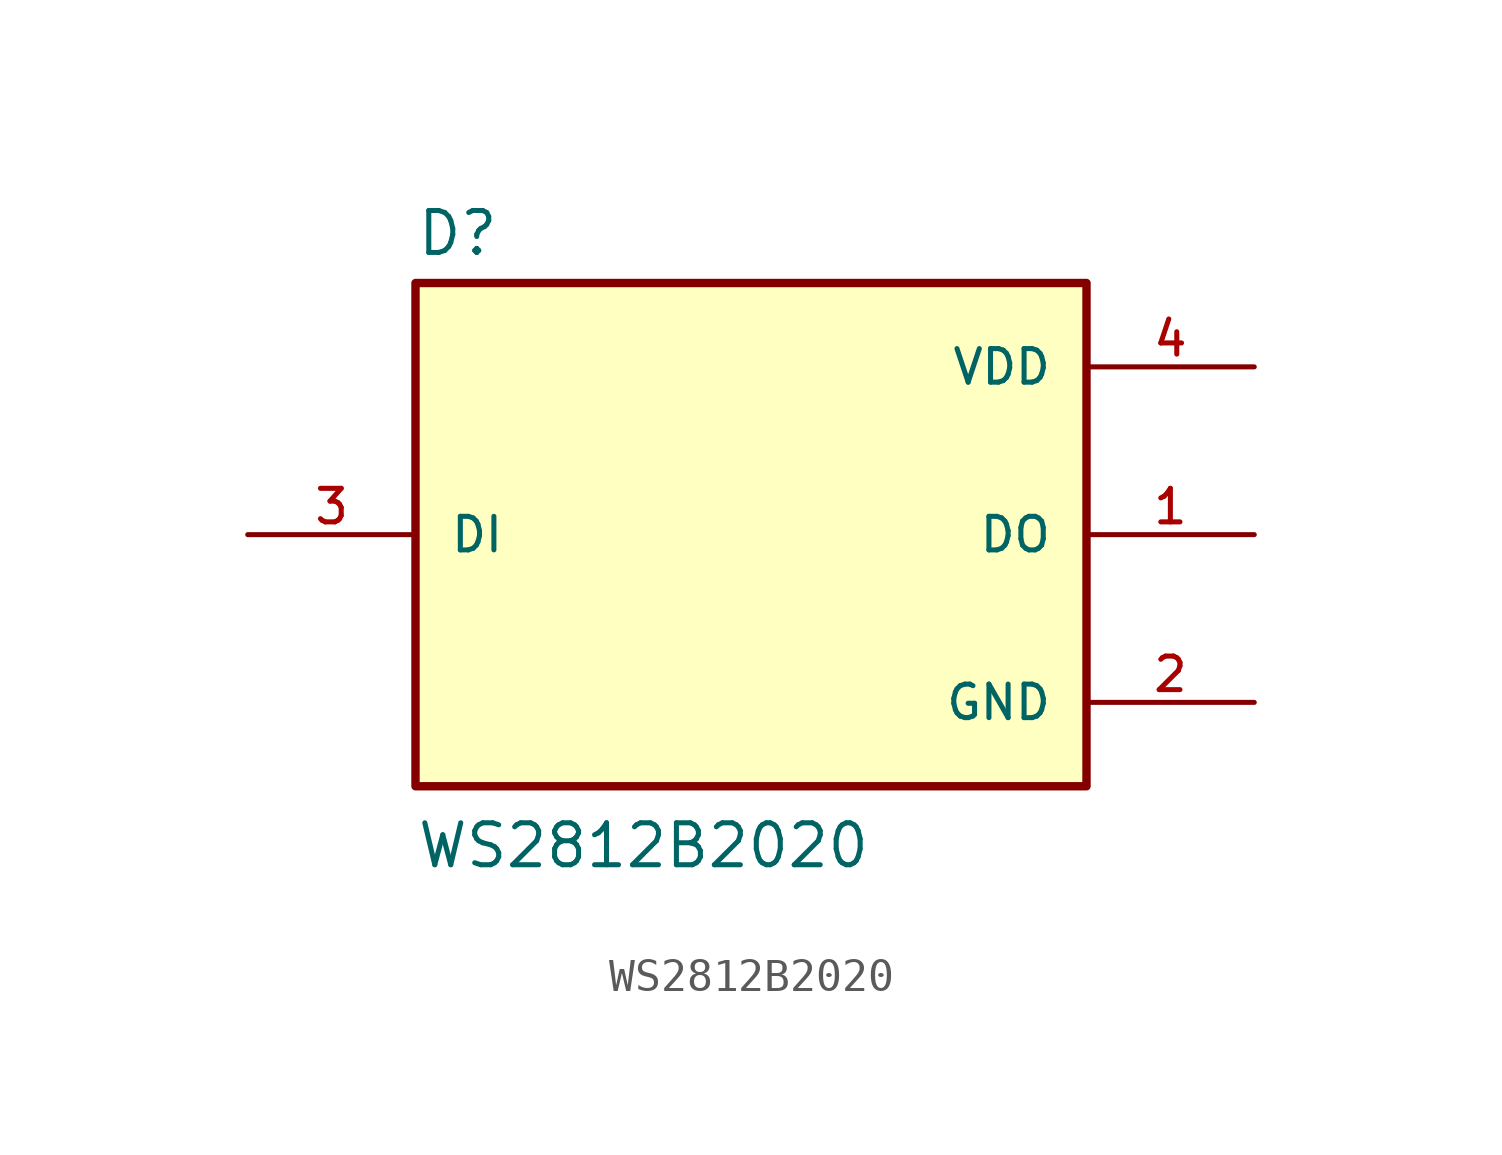
<source format=kicad_sym>
(kicad_symbol_lib
  (version 20211014)
  (generator kicad_symbol_editor)
  (symbol "WS2812B2020"
    (pin_names
      (offset 1.016))
    (property "Reference" "D"
      (at -10.16 8.382 0)
      (effects (font (size 1.27 1.27)) (justify bottom left)))
    (property "Value" "WS2812B2020"
      (at -10.16 -10.16 0)
      (effects (font (size 1.27 1.27)) (justify bottom left)))
    (symbol "WS2812B2020_0_0"
      (rectangle (start -10.16 -7.62) (end 10.16 7.62) (stroke (width 0.254)) (fill (type background)))
      (pin output line (at 15.24 0.0 180.0) (length 5.08) (name "DO" (effects (font (size 1.016 1.016)))) (number "1" (effects (font (size 1.016 1.016)))))
      (pin power_in line (at 15.24 -5.08 180.0) (length 5.08) (name "GND" (effects (font (size 1.016 1.016)))) (number "2" (effects (font (size 1.016 1.016)))))
      (pin input line (at -15.24 0.0 0) (length 5.08) (name "DI" (effects (font (size 1.016 1.016)))) (number "3" (effects (font (size 1.016 1.016)))))
      (pin power_in line (at 15.24 5.08 180.0) (length 5.08) (name "VDD" (effects (font (size 1.016 1.016)))) (number "4" (effects (font (size 1.016 1.016))))))))
</source>
